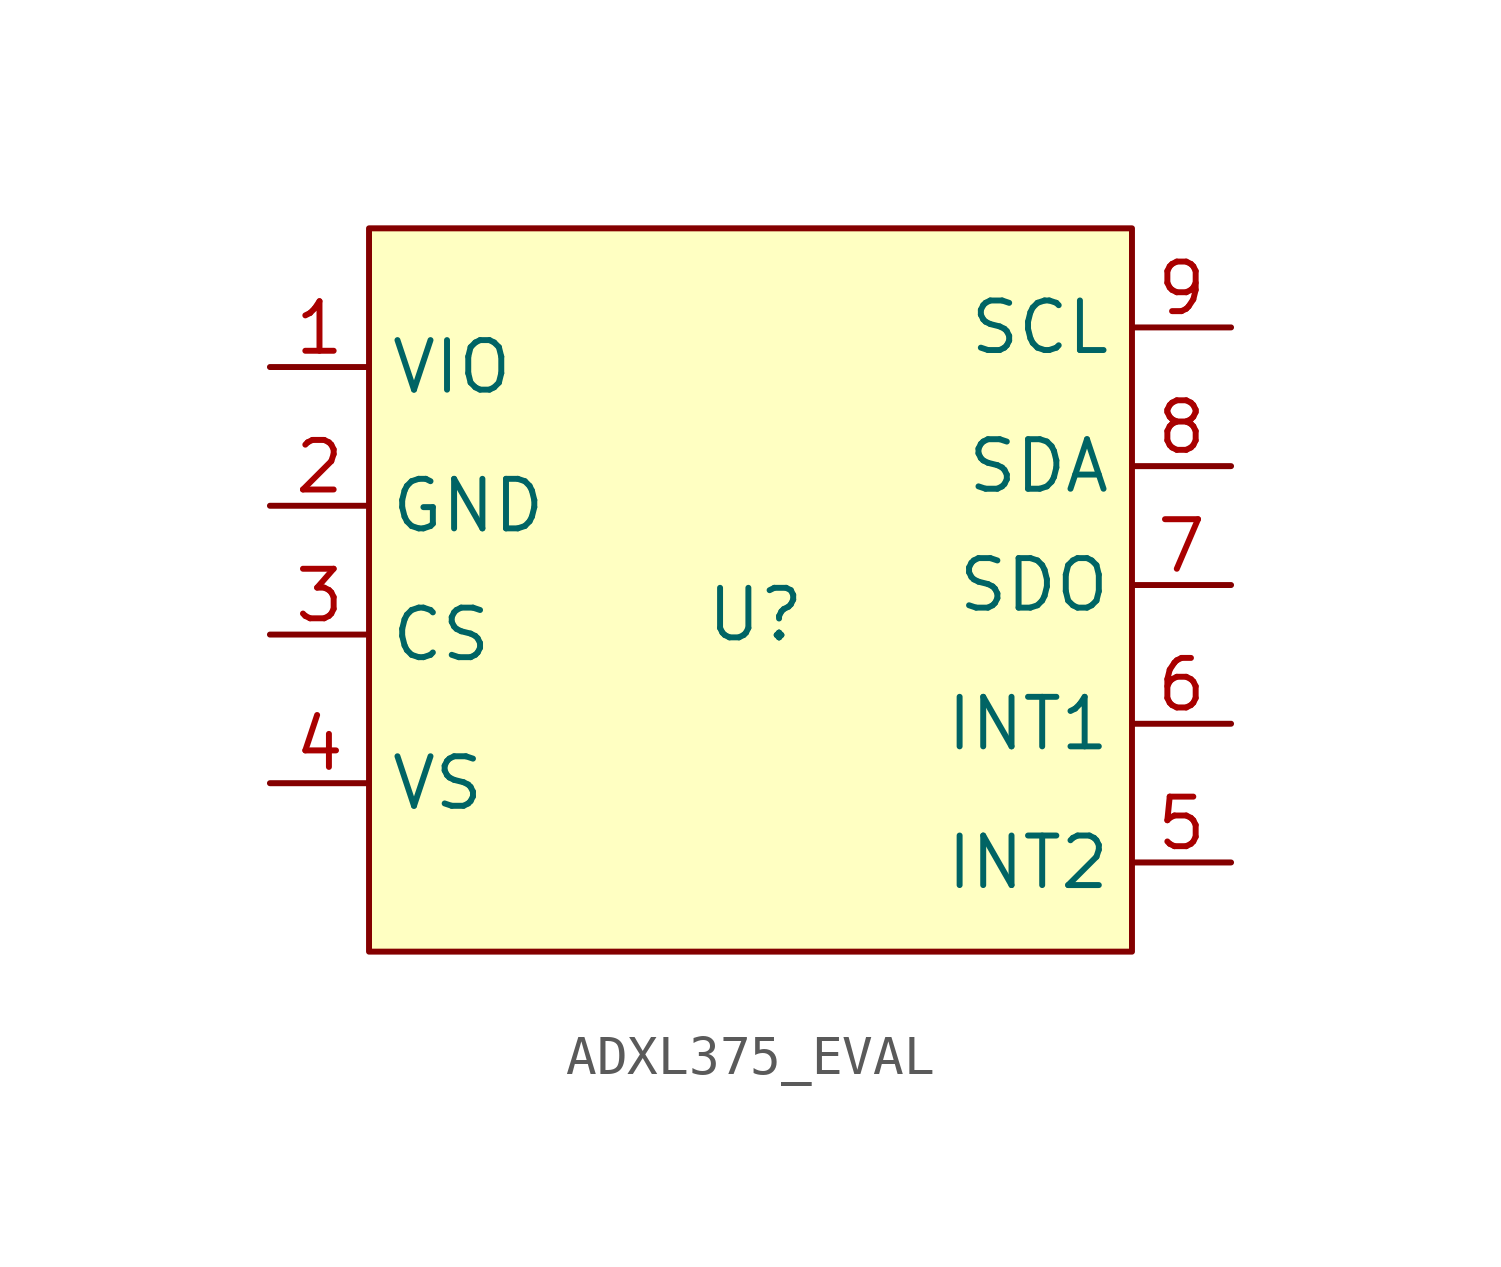
<source format=kicad_sym>
(kicad_symbol_lib
  (version 20220914)
  (generator kicad_symbol_editor)
  (symbol "ADXL375_EVAL"
    (property "Reference" "U"
      (at 0 0 0)
      (effects (font (size 1.27 1.27))))
    (property "Value" ""
      (at 0 0 0)
      (effects (font (size 1.27 1.27))))
    (symbol "ADXL375_EVAL_1_1"
      (rectangle (start -9.906 9.906) (end 9.652 -8.636) (stroke (width 0) (type default)) (fill (type background)))
      (pin input line (at -12.446 6.35 0) (length 2.54) (name "VIO" (effects (font (size 1.27 1.27)))) (number "1" (effects (font (size 1.27 1.27)))))
      (pin input line (at -12.446 2.794 0) (length 2.54) (name "GND" (effects (font (size 1.27 1.27)))) (number "2" (effects (font (size 1.27 1.27)))))
      (pin input line (at -12.446 -0.508 0) (length 2.54) (name "CS" (effects (font (size 1.27 1.27)))) (number "3" (effects (font (size 1.27 1.27)))))
      (pin input line (at -12.446 -4.318 0) (length 2.54) (name "VS" (effects (font (size 1.27 1.27)))) (number "4" (effects (font (size 1.27 1.27)))))
      (pin input line (at 12.192 -6.35 180) (length 2.54) (name "INT2" (effects (font (size 1.27 1.27)))) (number "5" (effects (font (size 1.27 1.27)))))
      (pin input line (at 12.192 -2.794 180) (length 2.54) (name "INT1" (effects (font (size 1.27 1.27)))) (number "6" (effects (font (size 1.27 1.27)))))
      (pin input line (at 12.192 0.762 180) (length 2.54) (name "SDO" (effects (font (size 1.27 1.27)))) (number "7" (effects (font (size 1.27 1.27)))))
      (pin input line (at 12.192 3.81 180) (length 2.54) (name "SDA" (effects (font (size 1.27 1.27)))) (number "8" (effects (font (size 1.27 1.27)))))
      (pin input line (at 12.192 7.366 180) (length 2.54) (name "SCL" (effects (font (size 1.27 1.27)))) (number "9" (effects (font (size 1.27 1.27))))))))
</source>
